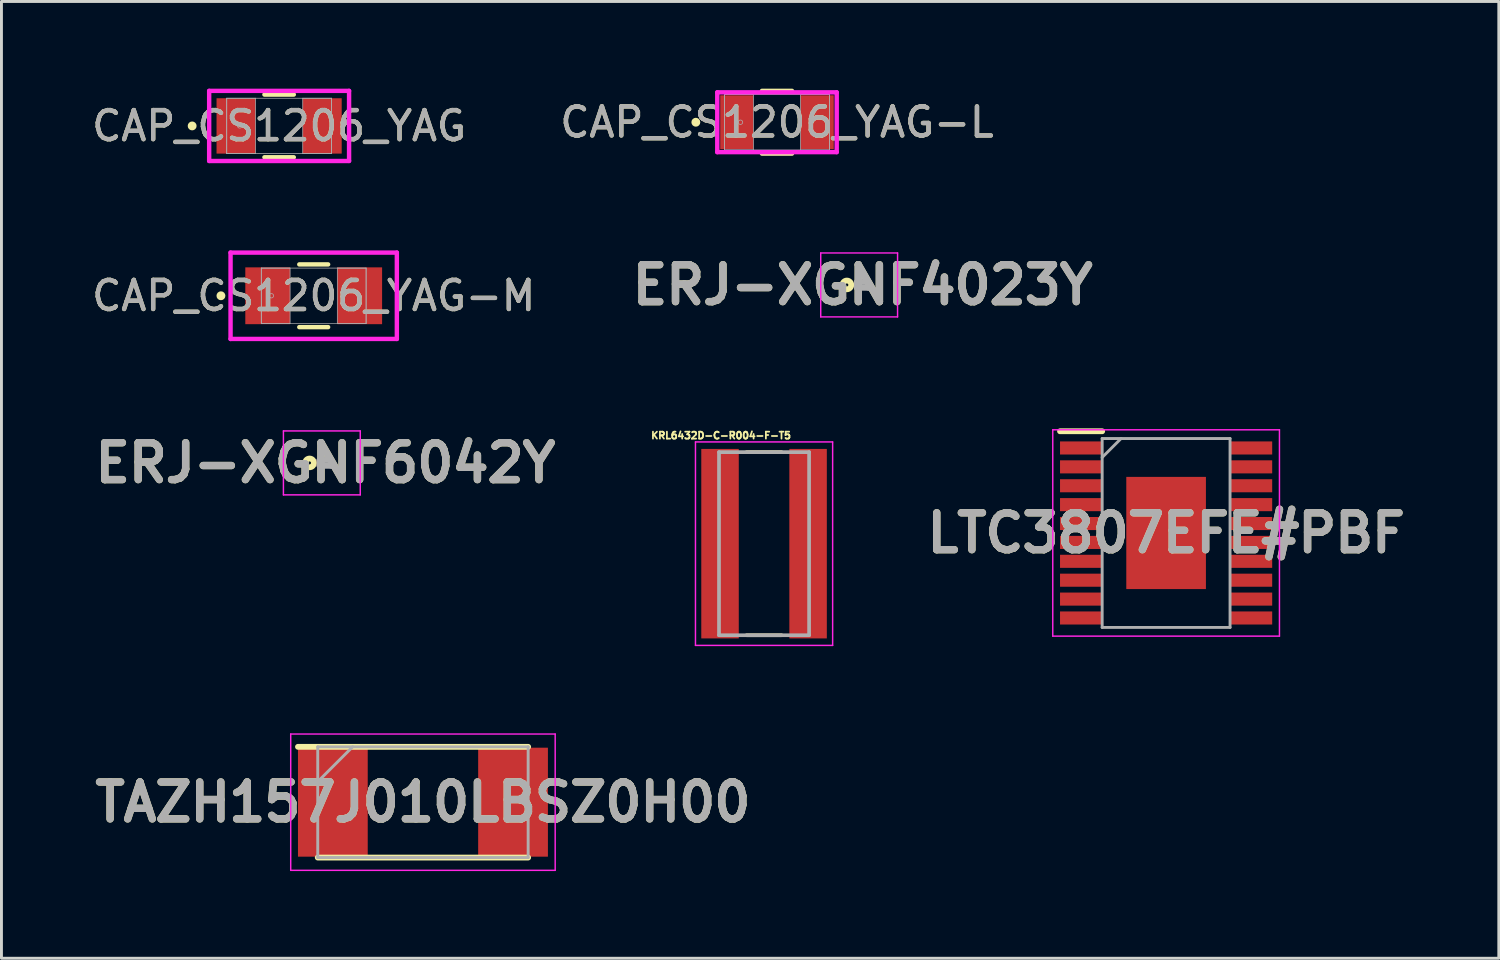
<source format=kicad_pcb>
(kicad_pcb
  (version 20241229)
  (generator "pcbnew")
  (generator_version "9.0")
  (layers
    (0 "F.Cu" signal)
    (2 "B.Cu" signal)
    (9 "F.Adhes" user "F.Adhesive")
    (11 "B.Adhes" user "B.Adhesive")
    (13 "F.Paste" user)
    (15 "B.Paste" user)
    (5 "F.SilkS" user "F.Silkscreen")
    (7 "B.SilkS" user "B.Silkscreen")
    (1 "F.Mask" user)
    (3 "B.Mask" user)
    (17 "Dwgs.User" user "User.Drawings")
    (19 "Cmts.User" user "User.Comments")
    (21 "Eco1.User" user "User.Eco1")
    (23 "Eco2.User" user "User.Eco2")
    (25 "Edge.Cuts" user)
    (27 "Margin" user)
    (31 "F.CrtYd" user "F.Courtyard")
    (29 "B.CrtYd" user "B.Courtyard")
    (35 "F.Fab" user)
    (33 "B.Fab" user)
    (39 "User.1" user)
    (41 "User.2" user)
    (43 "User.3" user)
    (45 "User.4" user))
  (footprint "KRL6432D-C-R004-F-T5"
    (layer "F.Cu")
    (at 23.24 15.657)
    (property "Reference" "KRL6432D-C-R004-F-T5" (at -1.48 -3.722 0) (layer "F.SilkS") (effects (font (size 0.24 0.24) (thickness 0.15))))
    (attr smd)
    (fp_line (start -0.6 -3.15) (end 0.6 -3.15) (stroke (width 0.127) (type solid)) (layer "F.SilkS"))
    (fp_line (start -0.6 3.15) (end 0.6 3.15) (stroke (width 0.127) (type solid)) (layer "F.SilkS"))
    (fp_line (start -2.36 -3.5) (end 2.36 -3.5) (stroke (width 0.05) (type solid)) (layer "F.CrtYd"))
    (fp_line (start -2.36 3.5) (end -2.36 -3.5) (stroke (width 0.05) (type solid)) (layer "F.CrtYd"))
    (fp_line (start 2.36 -3.5) (end 2.36 3.5) (stroke (width 0.05) (type solid)) (layer "F.CrtYd"))
    (fp_line (start 2.36 3.5) (end -2.36 3.5) (stroke (width 0.05) (type solid)) (layer "F.CrtYd"))
    (fp_line (start -1.55 -3.15) (end 1.55 -3.15) (stroke (width 0.127) (type solid)) (layer "F.Fab"))
    (fp_line (start -1.55 3.15) (end -1.55 -3.15) (stroke (width 0.127) (type solid)) (layer "F.Fab"))
    (fp_line (start 1.55 3.15) (end -1.55 3.15) (stroke (width 0.127) (type solid)) (layer "F.Fab"))
    (fp_line (start 1.55 3.15) (end 1.55 -3.15) (stroke (width 0.127) (type solid)) (layer "F.Fab"))
    (pad "1" smd rect (at -1.515 0) (size 1.29 6.52) (layers "F.Cu" "F.Mask" "F.Paste"))
    (pad "2" smd rect (at 1.515 0) (size 1.29 6.52) (layers "F.Cu" "F.Mask" "F.Paste")))
  (footprint "CAP_CS1206_YAG-M"
    (layer "F.Cu")
    (at 7.744 7.127)
    (property "Reference" "CAP_CS1206_YAG-M" (at 0 0 0) (unlocked yes) (layer "F.SilkS") (effects (font (size 1 1) (thickness 0.15))))
    (attr smd)
    (fp_line (start -0.496 1.079) (end 0.496 1.079) (stroke (width 0.152) (type solid)) (layer "F.SilkS"))
    (fp_line (start 0.496 -1.079) (end -0.496 -1.079) (stroke (width 0.152) (type solid)) (layer "F.SilkS"))
    (fp_circle (center -3.192 0) (end -3.115 0) (stroke (width 0.152) (type solid)) (fill no) (layer "F.SilkS"))
    (fp_line (start -2.861 -1.486) (end 2.861 -1.486) (stroke (width 0.152) (type solid)) (layer "F.CrtYd"))
    (fp_line (start -2.861 1.486) (end -2.861 -1.486) (stroke (width 0.152) (type solid)) (layer "F.CrtYd"))
    (fp_line (start 2.861 -1.486) (end 2.861 1.486) (stroke (width 0.152) (type solid)) (layer "F.CrtYd"))
    (fp_line (start 2.861 1.486) (end -2.861 1.486) (stroke (width 0.152) (type solid)) (layer "F.CrtYd"))
    (fp_line (start -1.803 -0.953) (end -1.803 0.953) (stroke (width 0.025) (type solid)) (layer "F.Fab"))
    (fp_line (start -1.803 -0.953) (end -1.803 0.953) (stroke (width 0.025) (type solid)) (layer "F.Fab"))
    (fp_line (start -1.803 0.953) (end -0.813 0.953) (stroke (width 0.025) (type solid)) (layer "F.Fab"))
    (fp_line (start -1.803 0.953) (end 1.803 0.953) (stroke (width 0.025) (type solid)) (layer "F.Fab"))
    (fp_line (start -0.813 -0.953) (end -1.803 -0.953) (stroke (width 0.025) (type solid)) (layer "F.Fab"))
    (fp_line (start -0.813 0.953) (end -0.813 -0.953) (stroke (width 0.025) (type solid)) (layer "F.Fab"))
    (fp_line (start 0.813 -0.953) (end 0.813 0.953) (stroke (width 0.025) (type solid)) (layer "F.Fab"))
    (fp_line (start 0.813 0.953) (end 1.803 0.953) (stroke (width 0.025) (type solid)) (layer "F.Fab"))
    (fp_line (start 1.803 -0.953) (end -1.803 -0.953) (stroke (width 0.025) (type solid)) (layer "F.Fab"))
    (fp_line (start 1.803 -0.953) (end 0.813 -0.953) (stroke (width 0.025) (type solid)) (layer "F.Fab"))
    (fp_line (start 1.803 0.953) (end 1.803 -0.953) (stroke (width 0.025) (type solid)) (layer "F.Fab"))
    (fp_line (start 1.803 0.953) (end 1.803 -0.953) (stroke (width 0.025) (type solid)) (layer "F.Fab"))
    (fp_circle (center -1.456 0) (end -1.38 0) (stroke (width 0.025) (type solid)) (fill no) (layer "F.Fab"))
    (fp_text user "${REFERENCE}" (at 0 0 0) (unlocked yes) (layer "F.Fab") (effects (font (size 1 1) (thickness 0.15))))
    (pad "1" smd rect (at -1.583 0) (size 1.541 1.955) (layers "F.Cu" "F.Mask" "F.Paste"))
    (pad "2" smd rect (at 1.583 0) (size 1.541 1.955) (layers "F.Cu" "F.Mask" "F.Paste"))
    (zone (net_name "") (layer "F.Cu") (hatch full 0.508) (connect_pads) (min_thickness 0.254) (filled_areas_thickness no) (keepout (tracks not_allowed) (vias not_allowed) (pads allowed) (copperpour not_allowed) (footprints allowed)) (placement (enabled no)) (fill) (polygon (pts (xy 6.982 6.225) (xy 8.506 6.225) (xy 8.506 8.029) (xy 6.982 8.029)))))
  (footprint "ERJ-XGNF4023Y"
    (layer "F.Cu")
    (at 26.634 6.754)
    (property "Reference" "ERJ-XGNF4023Y" (at 0 0 0) (layer "F.SilkS") (effects (font (size 1.27 1.27) (thickness 0.254))))
    (attr smd)
    (fp_circle (center -0.544 0) (end -0.544 0.05) (stroke (width 0.2) (type solid)) (fill no) (layer "F.SilkS"))
    (fp_line (start -1.444 -1.1) (end 1.2 -1.1) (stroke (width 0.05) (type solid)) (layer "F.CrtYd"))
    (fp_line (start -1.444 1.1) (end -1.444 -1.1) (stroke (width 0.05) (type solid)) (layer "F.CrtYd"))
    (fp_line (start 1.2 -1.1) (end 1.2 1.1) (stroke (width 0.05) (type solid)) (layer "F.CrtYd"))
    (fp_line (start 1.2 1.1) (end -1.444 1.1) (stroke (width 0.05) (type solid)) (layer "F.CrtYd"))
    (fp_line (start -0.2 -0.1) (end 0.2 -0.1) (stroke (width 0.2) (type solid)) (layer "F.Fab"))
    (fp_line (start -0.2 0.1) (end -0.2 -0.1) (stroke (width 0.2) (type solid)) (layer "F.Fab"))
    (fp_line (start 0.2 -0.1) (end 0.2 0.1) (stroke (width 0.2) (type solid)) (layer "F.Fab"))
    (fp_line (start 0.2 0.1) (end -0.2 0.1) (stroke (width 0.2) (type solid)) (layer "F.Fab"))
    (fp_text user "${REFERENCE}" (at 0 0 0) (layer "F.Fab") (effects (font (size 1.27 1.27) (thickness 0.254))))
    (pad "1" smd rect (at -0.194 0) (size 0.213 0.225) (layers "F.Cu" "F.Mask" "F.Paste"))
    (pad "2" smd rect (at 0.194 0) (size 0.213 0.225) (layers "F.Cu" "F.Mask" "F.Paste")))
  (footprint "TAZH157J010LBSZ0H00"
    (layer "F.Cu")
    (at 11.503 24.552)
    (property "Reference" "TAZH157J010LBSZ0H00" (at 0 0 0) (layer "F.SilkS") (effects (font (size 1.27 1.27) (thickness 0.254))))
    (attr smd)
    (fp_line (start -3.62 1.905) (end 3.62 1.905) (stroke (width 0.2) (type solid)) (layer "F.SilkS"))
    (fp_line (start 3.62 -1.905) (end -4.3 -1.905) (stroke (width 0.2) (type solid)) (layer "F.SilkS"))
    (fp_line (start -4.55 -2.345) (end 4.55 -2.345) (stroke (width 0.05) (type solid)) (layer "F.CrtYd"))
    (fp_line (start -4.55 2.345) (end -4.55 -2.345) (stroke (width 0.05) (type solid)) (layer "F.CrtYd"))
    (fp_line (start 4.55 -2.345) (end 4.55 2.345) (stroke (width 0.05) (type solid)) (layer "F.CrtYd"))
    (fp_line (start 4.55 2.345) (end -4.55 2.345) (stroke (width 0.05) (type solid)) (layer "F.CrtYd"))
    (fp_line (start -3.62 -1.905) (end 3.62 -1.905) (stroke (width 0.1) (type solid)) (layer "F.Fab"))
    (fp_line (start -3.62 -0.705) (end -2.42 -1.905) (stroke (width 0.1) (type solid)) (layer "F.Fab"))
    (fp_line (start -3.62 1.905) (end -3.62 -1.905) (stroke (width 0.1) (type solid)) (layer "F.Fab"))
    (fp_line (start 3.62 -1.905) (end 3.62 1.905) (stroke (width 0.1) (type solid)) (layer "F.Fab"))
    (fp_line (start 3.62 1.905) (end -3.62 1.905) (stroke (width 0.1) (type solid)) (layer "F.Fab"))
    (fp_text user "${REFERENCE}" (at 0 0 0) (layer "F.Fab") (effects (font (size 1.27 1.27) (thickness 0.254))))
    (pad "1" smd rect (at -3.1 0) (size 2.4 3.75) (layers "F.Cu" "F.Mask" "F.Paste"))
    (pad "2" smd rect (at 3.1 0) (size 2.4 3.75) (layers "F.Cu" "F.Mask" "F.Paste")))
  (footprint "LTC3807EFE#PBF"
    (layer "F.Cu")
    (at 37.074 15.289)
    (property "Reference" "LTC3807EFE#PBF" (at 0 0 0) (layer "F.SilkS") (effects (font (size 1.27 1.27) (thickness 0.254))))
    (attr smd)
    (fp_line (start -3.65 -3.5) (end -2.2 -3.5) (stroke (width 0.2) (type solid)) (layer "F.SilkS"))
    (fp_line (start -3.9 -3.55) (end 3.9 -3.55) (stroke (width 0.05) (type solid)) (layer "F.CrtYd"))
    (fp_line (start -3.9 3.55) (end -3.9 -3.55) (stroke (width 0.05) (type solid)) (layer "F.CrtYd"))
    (fp_line (start 3.9 -3.55) (end 3.9 3.55) (stroke (width 0.05) (type solid)) (layer "F.CrtYd"))
    (fp_line (start 3.9 3.55) (end -3.9 3.55) (stroke (width 0.05) (type solid)) (layer "F.CrtYd"))
    (fp_line (start -2.2 -3.25) (end 2.2 -3.25) (stroke (width 0.1) (type solid)) (layer "F.Fab"))
    (fp_line (start -2.2 -2.6) (end -1.55 -3.25) (stroke (width 0.1) (type solid)) (layer "F.Fab"))
    (fp_line (start -2.2 3.25) (end -2.2 -3.25) (stroke (width 0.1) (type solid)) (layer "F.Fab"))
    (fp_line (start 2.2 -3.25) (end 2.2 3.25) (stroke (width 0.1) (type solid)) (layer "F.Fab"))
    (fp_line (start 2.2 3.25) (end -2.2 3.25) (stroke (width 0.1) (type solid)) (layer "F.Fab"))
    (fp_text user "${REFERENCE}" (at 0 0 0) (layer "F.Fab") (effects (font (size 1.27 1.27) (thickness 0.254))))
    (pad "1" smd rect (at -2.925 -2.925 90) (size 0.45 1.45) (layers "F.Cu" "F.Mask" "F.Paste"))
    (pad "2" smd rect (at -2.925 -2.275 90) (size 0.45 1.45) (layers "F.Cu" "F.Mask" "F.Paste"))
    (pad "3" smd rect (at -2.925 -1.625 90) (size 0.45 1.45) (layers "F.Cu" "F.Mask" "F.Paste"))
    (pad "4" smd rect (at -2.925 -0.975 90) (size 0.45 1.45) (layers "F.Cu" "F.Mask" "F.Paste"))
    (pad "5" smd rect (at -2.925 -0.325 90) (size 0.45 1.45) (layers "F.Cu" "F.Mask" "F.Paste"))
    (pad "6" smd rect (at -2.925 0.325 90) (size 0.45 1.45) (layers "F.Cu" "F.Mask" "F.Paste"))
    (pad "7" smd rect (at -2.925 0.975 90) (size 0.45 1.45) (layers "F.Cu" "F.Mask" "F.Paste"))
    (pad "8" smd rect (at -2.925 1.625 90) (size 0.45 1.45) (layers "F.Cu" "F.Mask" "F.Paste"))
    (pad "9" smd rect (at -2.925 2.275 90) (size 0.45 1.45) (layers "F.Cu" "F.Mask" "F.Paste"))
    (pad "10" smd rect (at -2.925 2.925 90) (size 0.45 1.45) (layers "F.Cu" "F.Mask" "F.Paste"))
    (pad "11" smd rect (at 2.925 2.925 90) (size 0.45 1.45) (layers "F.Cu" "F.Mask" "F.Paste"))
    (pad "12" smd rect (at 2.925 2.275 90) (size 0.45 1.45) (layers "F.Cu" "F.Mask" "F.Paste"))
    (pad "13" smd rect (at 2.925 1.625 90) (size 0.45 1.45) (layers "F.Cu" "F.Mask" "F.Paste"))
    (pad "14" smd rect (at 2.925 0.975 90) (size 0.45 1.45) (layers "F.Cu" "F.Mask" "F.Paste"))
    (pad "15" smd rect (at 2.925 0.325 90) (size 0.45 1.45) (layers "F.Cu" "F.Mask" "F.Paste"))
    (pad "16" smd rect (at 2.925 -0.325 90) (size 0.45 1.45) (layers "F.Cu" "F.Mask" "F.Paste"))
    (pad "17" smd rect (at 2.925 -0.975 90) (size 0.45 1.45) (layers "F.Cu" "F.Mask" "F.Paste"))
    (pad "18" smd rect (at 2.925 -1.625 90) (size 0.45 1.45) (layers "F.Cu" "F.Mask" "F.Paste"))
    (pad "19" smd rect (at 2.925 -2.275 90) (size 0.45 1.45) (layers "F.Cu" "F.Mask" "F.Paste"))
    (pad "20" smd rect (at 2.925 -2.925 90) (size 0.45 1.45) (layers "F.Cu" "F.Mask" "F.Paste"))
    (pad "21" smd rect (at 0 0) (size 2.74 3.86) (layers "F.Cu" "F.Mask" "F.Paste")))
  (footprint "ERJ-XGNF6042Y"
    (layer "F.Cu")
    (at 8.146 12.878)
    (property "Reference" "ERJ-XGNF6042Y" (at 0 0 0) (layer "F.SilkS") (effects (font (size 1.27 1.27) (thickness 0.254))))
    (attr smd)
    (fp_circle (center -0.544 0) (end -0.544 0.05) (stroke (width 0.2) (type solid)) (fill no) (layer "F.SilkS"))
    (fp_line (start -1.444 -1.1) (end 1.2 -1.1) (stroke (width 0.05) (type solid)) (layer "F.CrtYd"))
    (fp_line (start -1.444 1.1) (end -1.444 -1.1) (stroke (width 0.05) (type solid)) (layer "F.CrtYd"))
    (fp_line (start 1.2 -1.1) (end 1.2 1.1) (stroke (width 0.05) (type solid)) (layer "F.CrtYd"))
    (fp_line (start 1.2 1.1) (end -1.444 1.1) (stroke (width 0.05) (type solid)) (layer "F.CrtYd"))
    (fp_line (start -0.2 -0.1) (end 0.2 -0.1) (stroke (width 0.2) (type solid)) (layer "F.Fab"))
    (fp_line (start -0.2 0.1) (end -0.2 -0.1) (stroke (width 0.2) (type solid)) (layer "F.Fab"))
    (fp_line (start 0.2 -0.1) (end 0.2 0.1) (stroke (width 0.2) (type solid)) (layer "F.Fab"))
    (fp_line (start 0.2 0.1) (end -0.2 0.1) (stroke (width 0.2) (type solid)) (layer "F.Fab"))
    (fp_text user "${REFERENCE}" (at 0 0 0) (layer "F.Fab") (effects (font (size 1.27 1.27) (thickness 0.254))))
    (pad "1" smd rect (at -0.194 0) (size 0.213 0.225) (layers "F.Cu" "F.Mask" "F.Paste"))
    (pad "2" smd rect (at 0.194 0) (size 0.213 0.225) (layers "F.Cu" "F.Mask" "F.Paste")))
  (footprint "CAP_CS1206_YAG"
    (layer "F.Cu")
    (at 6.554 1.283)
    (property "Reference" "CAP_CS1206_YAG" (at 0 0 0) (unlocked yes) (layer "F.SilkS") (effects (font (size 1 1) (thickness 0.15))))
    (attr smd)
    (fp_line (start -0.505 1.079) (end 0.505 1.079) (stroke (width 0.152) (type solid)) (layer "F.SilkS"))
    (fp_line (start 0.505 -1.079) (end -0.505 -1.079) (stroke (width 0.152) (type solid)) (layer "F.SilkS"))
    (fp_circle (center -2.992 0) (end -2.915 0) (stroke (width 0.152) (type solid)) (fill no) (layer "F.SilkS"))
    (fp_line (start -2.407 -1.206) (end 2.407 -1.206) (stroke (width 0.152) (type solid)) (layer "F.CrtYd"))
    (fp_line (start -2.407 1.206) (end -2.407 -1.206) (stroke (width 0.152) (type solid)) (layer "F.CrtYd"))
    (fp_line (start 2.407 -1.206) (end 2.407 1.206) (stroke (width 0.152) (type solid)) (layer "F.CrtYd"))
    (fp_line (start 2.407 1.206) (end -2.407 1.206) (stroke (width 0.152) (type solid)) (layer "F.CrtYd"))
    (fp_line (start -1.803 -0.953) (end -1.803 0.953) (stroke (width 0.025) (type solid)) (layer "F.Fab"))
    (fp_line (start -1.803 -0.953) (end -1.803 0.953) (stroke (width 0.025) (type solid)) (layer "F.Fab"))
    (fp_line (start -1.803 0.953) (end -0.813 0.953) (stroke (width 0.025) (type solid)) (layer "F.Fab"))
    (fp_line (start -1.803 0.953) (end 1.803 0.953) (stroke (width 0.025) (type solid)) (layer "F.Fab"))
    (fp_line (start -0.813 -0.953) (end -1.803 -0.953) (stroke (width 0.025) (type solid)) (layer "F.Fab"))
    (fp_line (start -0.813 0.953) (end -0.813 -0.953) (stroke (width 0.025) (type solid)) (layer "F.Fab"))
    (fp_line (start 0.813 -0.953) (end 0.813 0.953) (stroke (width 0.025) (type solid)) (layer "F.Fab"))
    (fp_line (start 0.813 0.953) (end 1.803 0.953) (stroke (width 0.025) (type solid)) (layer "F.Fab"))
    (fp_line (start 1.803 -0.953) (end -1.803 -0.953) (stroke (width 0.025) (type solid)) (layer "F.Fab"))
    (fp_line (start 1.803 -0.953) (end 0.813 -0.953) (stroke (width 0.025) (type solid)) (layer "F.Fab"))
    (fp_line (start 1.803 0.953) (end 1.803 -0.953) (stroke (width 0.025) (type solid)) (layer "F.Fab"))
    (fp_line (start 1.803 0.953) (end 1.803 -0.953) (stroke (width 0.025) (type solid)) (layer "F.Fab"))
    (fp_circle (center -1.356 0) (end -1.28 0) (stroke (width 0.025) (type solid)) (fill no) (layer "F.Fab"))
    (fp_text user "${REFERENCE}" (at 0 0 0) (unlocked yes) (layer "F.Fab") (effects (font (size 1 1) (thickness 0.15))))
    (pad "1" smd rect (at -1.483 0) (size 1.341 1.905) (layers "F.Cu" "F.Mask" "F.Paste"))
    (pad "2" smd rect (at 1.483 0) (size 1.341 1.905) (layers "F.Cu" "F.Mask" "F.Paste"))
    (zone (net_name "") (layer "F.Cu") (hatch full 0.508) (connect_pads) (min_thickness 0.254) (filled_areas_thickness no) (keepout (tracks not_allowed) (vias not_allowed) (pads allowed) (copperpour not_allowed) (footprints allowed)) (placement (enabled no)) (fill) (polygon (pts (xy 5.792 0.381) (xy 7.316 0.381) (xy 7.316 2.184) (xy 5.792 2.184)))))
  (footprint "CAP_CS1206_YAG-L"
    (layer "F.Cu")
    (at 23.685 1.156)
    (property "Reference" "CAP_CS1206_YAG-L" (at 0 0 0) (unlocked yes) (layer "F.SilkS") (effects (font (size 1 1) (thickness 0.15))))
    (attr smd)
    (fp_line (start -0.517 1.079) (end 0.517 1.079) (stroke (width 0.152) (type solid)) (layer "F.SilkS"))
    (fp_line (start 0.517 -1.079) (end -0.517 -1.079) (stroke (width 0.152) (type solid)) (layer "F.SilkS"))
    (fp_circle (center -2.792 0) (end -2.715 0) (stroke (width 0.152) (type solid)) (fill no) (layer "F.SilkS"))
    (fp_line (start -2.055 -1.029) (end 2.055 -1.029) (stroke (width 0.152) (type solid)) (layer "F.CrtYd"))
    (fp_line (start -2.055 1.029) (end -2.055 -1.029) (stroke (width 0.152) (type solid)) (layer "F.CrtYd"))
    (fp_line (start 2.055 -1.029) (end 2.055 1.029) (stroke (width 0.152) (type solid)) (layer "F.CrtYd"))
    (fp_line (start 2.055 1.029) (end -2.055 1.029) (stroke (width 0.152) (type solid)) (layer "F.CrtYd"))
    (fp_line (start -1.803 -0.953) (end -1.803 0.953) (stroke (width 0.025) (type solid)) (layer "F.Fab"))
    (fp_line (start -1.803 -0.953) (end -1.803 0.953) (stroke (width 0.025) (type solid)) (layer "F.Fab"))
    (fp_line (start -1.803 0.953) (end -0.813 0.953) (stroke (width 0.025) (type solid)) (layer "F.Fab"))
    (fp_line (start -1.803 0.953) (end 1.803 0.953) (stroke (width 0.025) (type solid)) (layer "F.Fab"))
    (fp_line (start -0.813 -0.953) (end -1.803 -0.953) (stroke (width 0.025) (type solid)) (layer "F.Fab"))
    (fp_line (start -0.813 0.953) (end -0.813 -0.953) (stroke (width 0.025) (type solid)) (layer "F.Fab"))
    (fp_line (start 0.813 -0.953) (end 0.813 0.953) (stroke (width 0.025) (type solid)) (layer "F.Fab"))
    (fp_line (start 0.813 0.953) (end 1.803 0.953) (stroke (width 0.025) (type solid)) (layer "F.Fab"))
    (fp_line (start 1.803 -0.953) (end -1.803 -0.953) (stroke (width 0.025) (type solid)) (layer "F.Fab"))
    (fp_line (start 1.803 -0.953) (end 0.813 -0.953) (stroke (width 0.025) (type solid)) (layer "F.Fab"))
    (fp_line (start 1.803 0.953) (end 1.803 -0.953) (stroke (width 0.025) (type solid)) (layer "F.Fab"))
    (fp_line (start 1.803 0.953) (end 1.803 -0.953) (stroke (width 0.025) (type solid)) (layer "F.Fab"))
    (fp_circle (center -1.256 0) (end -1.18 0) (stroke (width 0.025) (type solid)) (fill no) (layer "F.Fab"))
    (fp_text user "${REFERENCE}" (at 0 0 0) (unlocked yes) (layer "F.Fab") (effects (font (size 1 1) (thickness 0.15))))
    (pad "1" smd rect (at -1.383 0) (size 1.141 1.855) (layers "F.Cu" "F.Mask" "F.Paste"))
    (pad "2" smd rect (at 1.383 0) (size 1.141 1.855) (layers "F.Cu" "F.Mask" "F.Paste"))
    (zone (net_name "") (layer "F.Cu") (hatch full 0.508) (connect_pads) (min_thickness 0.254) (filled_areas_thickness no) (keepout (tracks not_allowed) (vias not_allowed) (pads allowed) (copperpour not_allowed) (footprints allowed)) (placement (enabled no)) (fill) (polygon (pts (xy 22.923 0.254) (xy 24.447 0.254) (xy 24.447 2.057) (xy 22.923 2.057)))))
  (gr_rect
    (start -3 -3)
    (end 48.522 29.922)
    (stroke (width 0.1) (type default))
    (fill no)
    (layer "Edge.Cuts")))
</source>
